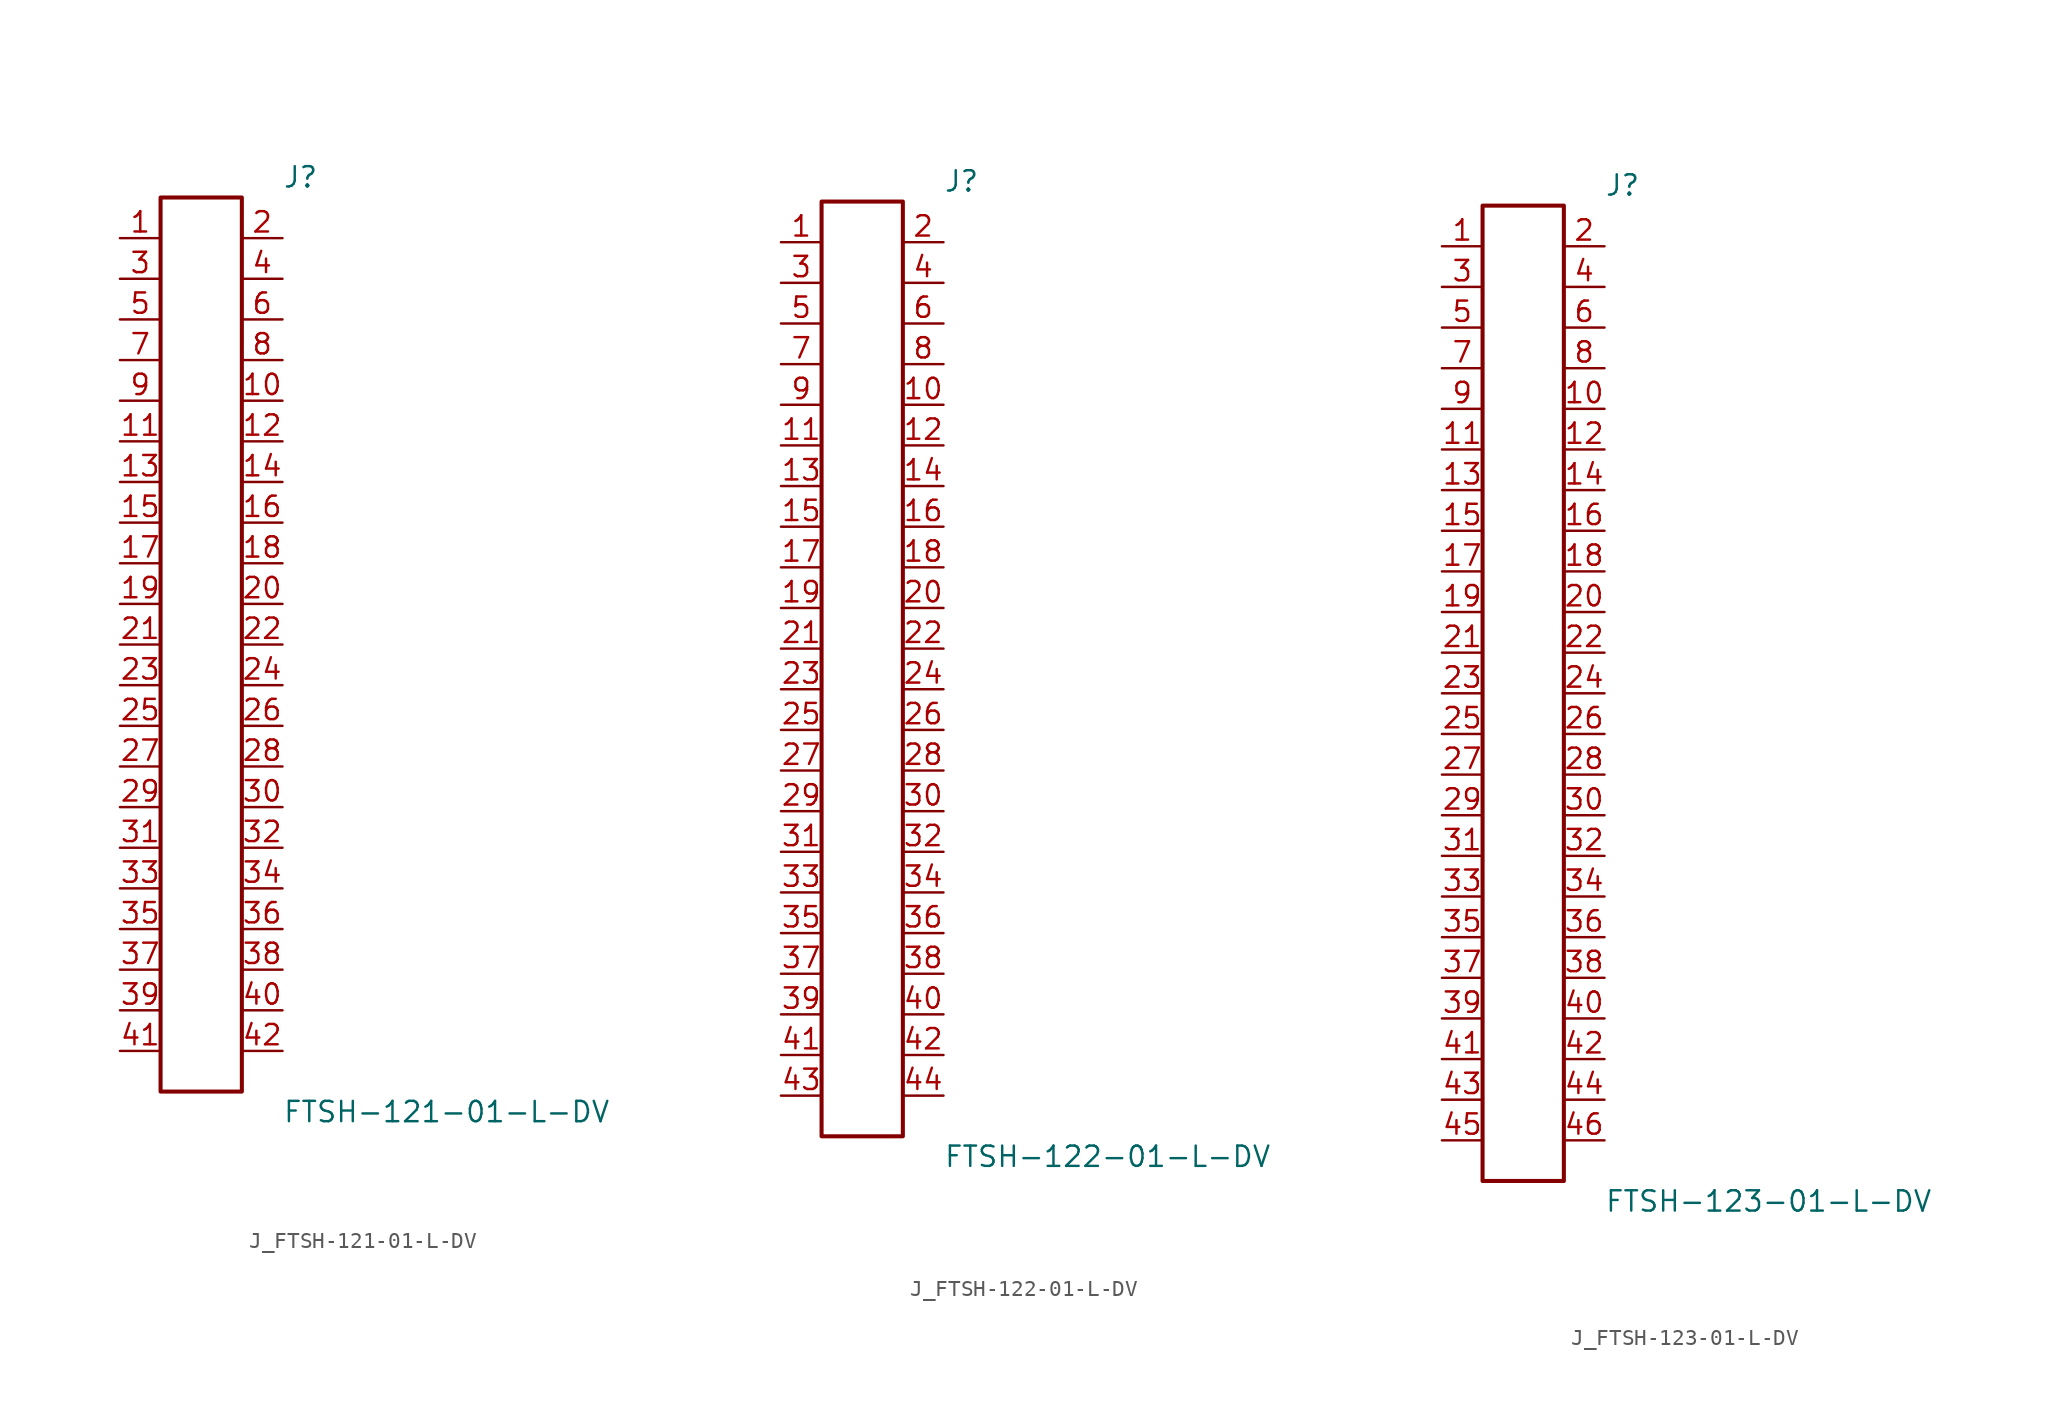
<source format=kicad_sym>
(kicad_symbol_lib
  (version 20231120)
  (generator kicad_symbol_editor)
  (generator_version 8.0)
  (symbol "J_FTSH-121-01-L-DV"
    (pin_names
      (offset 0.254))
    (property "Reference" "J"
      (at 5.08 29.21 0)
      (effects (font (size 1.27 1.27)) (justify left)))
    (property "Value" "FTSH-121-01-L-DV"
      (at 5.08 -29.21 0)
      (effects (font (size 1.27 1.27)) (justify left)))
    (symbol "J_FTSH-121-01-L-DV_0_0"
      (pin passive line (at -5.08 25.4 0) (length 2.54) (name "" (effects (font (size 1.27 1.27)))) (number "1" (effects (font (size 1.27 1.27)))))
      (pin passive line (at 5.08 25.4 180) (length 2.54) (name "" (effects (font (size 1.27 1.27)))) (number "2" (effects (font (size 1.27 1.27)))))
      (pin passive line (at -5.08 22.86 0) (length 2.54) (name "" (effects (font (size 1.27 1.27)))) (number "3" (effects (font (size 1.27 1.27)))))
      (pin passive line (at 5.08 22.86 180) (length 2.54) (name "" (effects (font (size 1.27 1.27)))) (number "4" (effects (font (size 1.27 1.27)))))
      (pin passive line (at -5.08 20.32 0) (length 2.54) (name "" (effects (font (size 1.27 1.27)))) (number "5" (effects (font (size 1.27 1.27)))))
      (pin passive line (at 5.08 20.32 180) (length 2.54) (name "" (effects (font (size 1.27 1.27)))) (number "6" (effects (font (size 1.27 1.27)))))
      (pin passive line (at -5.08 17.78 0) (length 2.54) (name "" (effects (font (size 1.27 1.27)))) (number "7" (effects (font (size 1.27 1.27)))))
      (pin passive line (at 5.08 17.78 180) (length 2.54) (name "" (effects (font (size 1.27 1.27)))) (number "8" (effects (font (size 1.27 1.27)))))
      (pin passive line (at -5.08 15.24 0) (length 2.54) (name "" (effects (font (size 1.27 1.27)))) (number "9" (effects (font (size 1.27 1.27)))))
      (pin passive line (at 5.08 15.24 180) (length 2.54) (name "" (effects (font (size 1.27 1.27)))) (number "10" (effects (font (size 1.27 1.27)))))
      (pin passive line (at -5.08 12.7 0) (length 2.54) (name "" (effects (font (size 1.27 1.27)))) (number "11" (effects (font (size 1.27 1.27)))))
      (pin passive line (at 5.08 12.7 180) (length 2.54) (name "" (effects (font (size 1.27 1.27)))) (number "12" (effects (font (size 1.27 1.27)))))
      (pin passive line (at -5.08 10.16 0) (length 2.54) (name "" (effects (font (size 1.27 1.27)))) (number "13" (effects (font (size 1.27 1.27)))))
      (pin passive line (at 5.08 10.16 180) (length 2.54) (name "" (effects (font (size 1.27 1.27)))) (number "14" (effects (font (size 1.27 1.27)))))
      (pin passive line (at -5.08 7.62 0) (length 2.54) (name "" (effects (font (size 1.27 1.27)))) (number "15" (effects (font (size 1.27 1.27)))))
      (pin passive line (at 5.08 7.62 180) (length 2.54) (name "" (effects (font (size 1.27 1.27)))) (number "16" (effects (font (size 1.27 1.27)))))
      (pin passive line (at -5.08 5.08 0) (length 2.54) (name "" (effects (font (size 1.27 1.27)))) (number "17" (effects (font (size 1.27 1.27)))))
      (pin passive line (at 5.08 5.08 180) (length 2.54) (name "" (effects (font (size 1.27 1.27)))) (number "18" (effects (font (size 1.27 1.27)))))
      (pin passive line (at -5.08 2.54 0) (length 2.54) (name "" (effects (font (size 1.27 1.27)))) (number "19" (effects (font (size 1.27 1.27)))))
      (pin passive line (at 5.08 2.54 180) (length 2.54) (name "" (effects (font (size 1.27 1.27)))) (number "20" (effects (font (size 1.27 1.27)))))
      (pin passive line (at -5.08 0.0 0) (length 2.54) (name "" (effects (font (size 1.27 1.27)))) (number "21" (effects (font (size 1.27 1.27)))))
      (pin passive line (at 5.08 0.0 180) (length 2.54) (name "" (effects (font (size 1.27 1.27)))) (number "22" (effects (font (size 1.27 1.27)))))
      (pin passive line (at -5.08 -2.54 0) (length 2.54) (name "" (effects (font (size 1.27 1.27)))) (number "23" (effects (font (size 1.27 1.27)))))
      (pin passive line (at 5.08 -2.54 180) (length 2.54) (name "" (effects (font (size 1.27 1.27)))) (number "24" (effects (font (size 1.27 1.27)))))
      (pin passive line (at -5.08 -5.08 0) (length 2.54) (name "" (effects (font (size 1.27 1.27)))) (number "25" (effects (font (size 1.27 1.27)))))
      (pin passive line (at 5.08 -5.08 180) (length 2.54) (name "" (effects (font (size 1.27 1.27)))) (number "26" (effects (font (size 1.27 1.27)))))
      (pin passive line (at -5.08 -7.62 0) (length 2.54) (name "" (effects (font (size 1.27 1.27)))) (number "27" (effects (font (size 1.27 1.27)))))
      (pin passive line (at 5.08 -7.62 180) (length 2.54) (name "" (effects (font (size 1.27 1.27)))) (number "28" (effects (font (size 1.27 1.27)))))
      (pin passive line (at -5.08 -10.16 0) (length 2.54) (name "" (effects (font (size 1.27 1.27)))) (number "29" (effects (font (size 1.27 1.27)))))
      (pin passive line (at 5.08 -10.16 180) (length 2.54) (name "" (effects (font (size 1.27 1.27)))) (number "30" (effects (font (size 1.27 1.27)))))
      (pin passive line (at -5.08 -12.7 0) (length 2.54) (name "" (effects (font (size 1.27 1.27)))) (number "31" (effects (font (size 1.27 1.27)))))
      (pin passive line (at 5.08 -12.7 180) (length 2.54) (name "" (effects (font (size 1.27 1.27)))) (number "32" (effects (font (size 1.27 1.27)))))
      (pin passive line (at -5.08 -15.24 0) (length 2.54) (name "" (effects (font (size 1.27 1.27)))) (number "33" (effects (font (size 1.27 1.27)))))
      (pin passive line (at 5.08 -15.24 180) (length 2.54) (name "" (effects (font (size 1.27 1.27)))) (number "34" (effects (font (size 1.27 1.27)))))
      (pin passive line (at -5.08 -17.78 0) (length 2.54) (name "" (effects (font (size 1.27 1.27)))) (number "35" (effects (font (size 1.27 1.27)))))
      (pin passive line (at 5.08 -17.78 180) (length 2.54) (name "" (effects (font (size 1.27 1.27)))) (number "36" (effects (font (size 1.27 1.27)))))
      (pin passive line (at -5.08 -20.32 0) (length 2.54) (name "" (effects (font (size 1.27 1.27)))) (number "37" (effects (font (size 1.27 1.27)))))
      (pin passive line (at 5.08 -20.32 180) (length 2.54) (name "" (effects (font (size 1.27 1.27)))) (number "38" (effects (font (size 1.27 1.27)))))
      (pin passive line (at -5.08 -22.86 0) (length 2.54) (name "" (effects (font (size 1.27 1.27)))) (number "39" (effects (font (size 1.27 1.27)))))
      (pin passive line (at 5.08 -22.86 180) (length 2.54) (name "" (effects (font (size 1.27 1.27)))) (number "40" (effects (font (size 1.27 1.27)))))
      (pin passive line (at -5.08 -25.4 0) (length 2.54) (name "" (effects (font (size 1.27 1.27)))) (number "41" (effects (font (size 1.27 1.27)))))
      (pin passive line (at 5.08 -25.4 180) (length 2.54) (name "" (effects (font (size 1.27 1.27)))) (number "42" (effects (font (size 1.27 1.27))))))
    (symbol "J_FTSH-121-01-L-DV_1_0"
      (rectangle (start -2.54 27.94) (end 2.54 -27.94) (stroke (width 0.254) (type solid)) (fill (type none)))))
  (symbol "J_FTSH-122-01-L-DV"
    (pin_names
      (offset 0.254))
    (property "Reference" "J"
      (at 5.08 30.48 0)
      (effects (font (size 1.27 1.27)) (justify left)))
    (property "Value" "FTSH-122-01-L-DV"
      (at 5.08 -30.48 0)
      (effects (font (size 1.27 1.27)) (justify left)))
    (symbol "J_FTSH-122-01-L-DV_0_0"
      (pin passive line (at -5.08 26.67 0) (length 2.54) (name "" (effects (font (size 1.27 1.27)))) (number "1" (effects (font (size 1.27 1.27)))))
      (pin passive line (at 5.08 26.67 180) (length 2.54) (name "" (effects (font (size 1.27 1.27)))) (number "2" (effects (font (size 1.27 1.27)))))
      (pin passive line (at -5.08 24.13 0) (length 2.54) (name "" (effects (font (size 1.27 1.27)))) (number "3" (effects (font (size 1.27 1.27)))))
      (pin passive line (at 5.08 24.13 180) (length 2.54) (name "" (effects (font (size 1.27 1.27)))) (number "4" (effects (font (size 1.27 1.27)))))
      (pin passive line (at -5.08 21.59 0) (length 2.54) (name "" (effects (font (size 1.27 1.27)))) (number "5" (effects (font (size 1.27 1.27)))))
      (pin passive line (at 5.08 21.59 180) (length 2.54) (name "" (effects (font (size 1.27 1.27)))) (number "6" (effects (font (size 1.27 1.27)))))
      (pin passive line (at -5.08 19.05 0) (length 2.54) (name "" (effects (font (size 1.27 1.27)))) (number "7" (effects (font (size 1.27 1.27)))))
      (pin passive line (at 5.08 19.05 180) (length 2.54) (name "" (effects (font (size 1.27 1.27)))) (number "8" (effects (font (size 1.27 1.27)))))
      (pin passive line (at -5.08 16.51 0) (length 2.54) (name "" (effects (font (size 1.27 1.27)))) (number "9" (effects (font (size 1.27 1.27)))))
      (pin passive line (at 5.08 16.51 180) (length 2.54) (name "" (effects (font (size 1.27 1.27)))) (number "10" (effects (font (size 1.27 1.27)))))
      (pin passive line (at -5.08 13.97 0) (length 2.54) (name "" (effects (font (size 1.27 1.27)))) (number "11" (effects (font (size 1.27 1.27)))))
      (pin passive line (at 5.08 13.97 180) (length 2.54) (name "" (effects (font (size 1.27 1.27)))) (number "12" (effects (font (size 1.27 1.27)))))
      (pin passive line (at -5.08 11.43 0) (length 2.54) (name "" (effects (font (size 1.27 1.27)))) (number "13" (effects (font (size 1.27 1.27)))))
      (pin passive line (at 5.08 11.43 180) (length 2.54) (name "" (effects (font (size 1.27 1.27)))) (number "14" (effects (font (size 1.27 1.27)))))
      (pin passive line (at -5.08 8.89 0) (length 2.54) (name "" (effects (font (size 1.27 1.27)))) (number "15" (effects (font (size 1.27 1.27)))))
      (pin passive line (at 5.08 8.89 180) (length 2.54) (name "" (effects (font (size 1.27 1.27)))) (number "16" (effects (font (size 1.27 1.27)))))
      (pin passive line (at -5.08 6.35 0) (length 2.54) (name "" (effects (font (size 1.27 1.27)))) (number "17" (effects (font (size 1.27 1.27)))))
      (pin passive line (at 5.08 6.35 180) (length 2.54) (name "" (effects (font (size 1.27 1.27)))) (number "18" (effects (font (size 1.27 1.27)))))
      (pin passive line (at -5.08 3.81 0) (length 2.54) (name "" (effects (font (size 1.27 1.27)))) (number "19" (effects (font (size 1.27 1.27)))))
      (pin passive line (at 5.08 3.81 180) (length 2.54) (name "" (effects (font (size 1.27 1.27)))) (number "20" (effects (font (size 1.27 1.27)))))
      (pin passive line (at -5.08 1.27 0) (length 2.54) (name "" (effects (font (size 1.27 1.27)))) (number "21" (effects (font (size 1.27 1.27)))))
      (pin passive line (at 5.08 1.27 180) (length 2.54) (name "" (effects (font (size 1.27 1.27)))) (number "22" (effects (font (size 1.27 1.27)))))
      (pin passive line (at -5.08 -1.27 0) (length 2.54) (name "" (effects (font (size 1.27 1.27)))) (number "23" (effects (font (size 1.27 1.27)))))
      (pin passive line (at 5.08 -1.27 180) (length 2.54) (name "" (effects (font (size 1.27 1.27)))) (number "24" (effects (font (size 1.27 1.27)))))
      (pin passive line (at -5.08 -3.81 0) (length 2.54) (name "" (effects (font (size 1.27 1.27)))) (number "25" (effects (font (size 1.27 1.27)))))
      (pin passive line (at 5.08 -3.81 180) (length 2.54) (name "" (effects (font (size 1.27 1.27)))) (number "26" (effects (font (size 1.27 1.27)))))
      (pin passive line (at -5.08 -6.35 0) (length 2.54) (name "" (effects (font (size 1.27 1.27)))) (number "27" (effects (font (size 1.27 1.27)))))
      (pin passive line (at 5.08 -6.35 180) (length 2.54) (name "" (effects (font (size 1.27 1.27)))) (number "28" (effects (font (size 1.27 1.27)))))
      (pin passive line (at -5.08 -8.89 0) (length 2.54) (name "" (effects (font (size 1.27 1.27)))) (number "29" (effects (font (size 1.27 1.27)))))
      (pin passive line (at 5.08 -8.89 180) (length 2.54) (name "" (effects (font (size 1.27 1.27)))) (number "30" (effects (font (size 1.27 1.27)))))
      (pin passive line (at -5.08 -11.43 0) (length 2.54) (name "" (effects (font (size 1.27 1.27)))) (number "31" (effects (font (size 1.27 1.27)))))
      (pin passive line (at 5.08 -11.43 180) (length 2.54) (name "" (effects (font (size 1.27 1.27)))) (number "32" (effects (font (size 1.27 1.27)))))
      (pin passive line (at -5.08 -13.97 0) (length 2.54) (name "" (effects (font (size 1.27 1.27)))) (number "33" (effects (font (size 1.27 1.27)))))
      (pin passive line (at 5.08 -13.97 180) (length 2.54) (name "" (effects (font (size 1.27 1.27)))) (number "34" (effects (font (size 1.27 1.27)))))
      (pin passive line (at -5.08 -16.51 0) (length 2.54) (name "" (effects (font (size 1.27 1.27)))) (number "35" (effects (font (size 1.27 1.27)))))
      (pin passive line (at 5.08 -16.51 180) (length 2.54) (name "" (effects (font (size 1.27 1.27)))) (number "36" (effects (font (size 1.27 1.27)))))
      (pin passive line (at -5.08 -19.05 0) (length 2.54) (name "" (effects (font (size 1.27 1.27)))) (number "37" (effects (font (size 1.27 1.27)))))
      (pin passive line (at 5.08 -19.05 180) (length 2.54) (name "" (effects (font (size 1.27 1.27)))) (number "38" (effects (font (size 1.27 1.27)))))
      (pin passive line (at -5.08 -21.59 0) (length 2.54) (name "" (effects (font (size 1.27 1.27)))) (number "39" (effects (font (size 1.27 1.27)))))
      (pin passive line (at 5.08 -21.59 180) (length 2.54) (name "" (effects (font (size 1.27 1.27)))) (number "40" (effects (font (size 1.27 1.27)))))
      (pin passive line (at -5.08 -24.13 0) (length 2.54) (name "" (effects (font (size 1.27 1.27)))) (number "41" (effects (font (size 1.27 1.27)))))
      (pin passive line (at 5.08 -24.13 180) (length 2.54) (name "" (effects (font (size 1.27 1.27)))) (number "42" (effects (font (size 1.27 1.27)))))
      (pin passive line (at -5.08 -26.67 0) (length 2.54) (name "" (effects (font (size 1.27 1.27)))) (number "43" (effects (font (size 1.27 1.27)))))
      (pin passive line (at 5.08 -26.67 180) (length 2.54) (name "" (effects (font (size 1.27 1.27)))) (number "44" (effects (font (size 1.27 1.27))))))
    (symbol "J_FTSH-122-01-L-DV_1_0"
      (rectangle (start -2.54 29.21) (end 2.54 -29.21) (stroke (width 0.254) (type solid)) (fill (type none)))))
  (symbol "J_FTSH-123-01-L-DV"
    (pin_names
      (offset 0.254))
    (property "Reference" "J"
      (at 5.08 31.75 0)
      (effects (font (size 1.27 1.27)) (justify left)))
    (property "Value" "FTSH-123-01-L-DV"
      (at 5.08 -31.75 0)
      (effects (font (size 1.27 1.27)) (justify left)))
    (symbol "J_FTSH-123-01-L-DV_0_0"
      (pin passive line (at -5.08 27.94 0) (length 2.54) (name "" (effects (font (size 1.27 1.27)))) (number "1" (effects (font (size 1.27 1.27)))))
      (pin passive line (at 5.08 27.94 180) (length 2.54) (name "" (effects (font (size 1.27 1.27)))) (number "2" (effects (font (size 1.27 1.27)))))
      (pin passive line (at -5.08 25.4 0) (length 2.54) (name "" (effects (font (size 1.27 1.27)))) (number "3" (effects (font (size 1.27 1.27)))))
      (pin passive line (at 5.08 25.4 180) (length 2.54) (name "" (effects (font (size 1.27 1.27)))) (number "4" (effects (font (size 1.27 1.27)))))
      (pin passive line (at -5.08 22.86 0) (length 2.54) (name "" (effects (font (size 1.27 1.27)))) (number "5" (effects (font (size 1.27 1.27)))))
      (pin passive line (at 5.08 22.86 180) (length 2.54) (name "" (effects (font (size 1.27 1.27)))) (number "6" (effects (font (size 1.27 1.27)))))
      (pin passive line (at -5.08 20.32 0) (length 2.54) (name "" (effects (font (size 1.27 1.27)))) (number "7" (effects (font (size 1.27 1.27)))))
      (pin passive line (at 5.08 20.32 180) (length 2.54) (name "" (effects (font (size 1.27 1.27)))) (number "8" (effects (font (size 1.27 1.27)))))
      (pin passive line (at -5.08 17.78 0) (length 2.54) (name "" (effects (font (size 1.27 1.27)))) (number "9" (effects (font (size 1.27 1.27)))))
      (pin passive line (at 5.08 17.78 180) (length 2.54) (name "" (effects (font (size 1.27 1.27)))) (number "10" (effects (font (size 1.27 1.27)))))
      (pin passive line (at -5.08 15.24 0) (length 2.54) (name "" (effects (font (size 1.27 1.27)))) (number "11" (effects (font (size 1.27 1.27)))))
      (pin passive line (at 5.08 15.24 180) (length 2.54) (name "" (effects (font (size 1.27 1.27)))) (number "12" (effects (font (size 1.27 1.27)))))
      (pin passive line (at -5.08 12.7 0) (length 2.54) (name "" (effects (font (size 1.27 1.27)))) (number "13" (effects (font (size 1.27 1.27)))))
      (pin passive line (at 5.08 12.7 180) (length 2.54) (name "" (effects (font (size 1.27 1.27)))) (number "14" (effects (font (size 1.27 1.27)))))
      (pin passive line (at -5.08 10.16 0) (length 2.54) (name "" (effects (font (size 1.27 1.27)))) (number "15" (effects (font (size 1.27 1.27)))))
      (pin passive line (at 5.08 10.16 180) (length 2.54) (name "" (effects (font (size 1.27 1.27)))) (number "16" (effects (font (size 1.27 1.27)))))
      (pin passive line (at -5.08 7.62 0) (length 2.54) (name "" (effects (font (size 1.27 1.27)))) (number "17" (effects (font (size 1.27 1.27)))))
      (pin passive line (at 5.08 7.62 180) (length 2.54) (name "" (effects (font (size 1.27 1.27)))) (number "18" (effects (font (size 1.27 1.27)))))
      (pin passive line (at -5.08 5.08 0) (length 2.54) (name "" (effects (font (size 1.27 1.27)))) (number "19" (effects (font (size 1.27 1.27)))))
      (pin passive line (at 5.08 5.08 180) (length 2.54) (name "" (effects (font (size 1.27 1.27)))) (number "20" (effects (font (size 1.27 1.27)))))
      (pin passive line (at -5.08 2.54 0) (length 2.54) (name "" (effects (font (size 1.27 1.27)))) (number "21" (effects (font (size 1.27 1.27)))))
      (pin passive line (at 5.08 2.54 180) (length 2.54) (name "" (effects (font (size 1.27 1.27)))) (number "22" (effects (font (size 1.27 1.27)))))
      (pin passive line (at -5.08 0.0 0) (length 2.54) (name "" (effects (font (size 1.27 1.27)))) (number "23" (effects (font (size 1.27 1.27)))))
      (pin passive line (at 5.08 0.0 180) (length 2.54) (name "" (effects (font (size 1.27 1.27)))) (number "24" (effects (font (size 1.27 1.27)))))
      (pin passive line (at -5.08 -2.54 0) (length 2.54) (name "" (effects (font (size 1.27 1.27)))) (number "25" (effects (font (size 1.27 1.27)))))
      (pin passive line (at 5.08 -2.54 180) (length 2.54) (name "" (effects (font (size 1.27 1.27)))) (number "26" (effects (font (size 1.27 1.27)))))
      (pin passive line (at -5.08 -5.08 0) (length 2.54) (name "" (effects (font (size 1.27 1.27)))) (number "27" (effects (font (size 1.27 1.27)))))
      (pin passive line (at 5.08 -5.08 180) (length 2.54) (name "" (effects (font (size 1.27 1.27)))) (number "28" (effects (font (size 1.27 1.27)))))
      (pin passive line (at -5.08 -7.62 0) (length 2.54) (name "" (effects (font (size 1.27 1.27)))) (number "29" (effects (font (size 1.27 1.27)))))
      (pin passive line (at 5.08 -7.62 180) (length 2.54) (name "" (effects (font (size 1.27 1.27)))) (number "30" (effects (font (size 1.27 1.27)))))
      (pin passive line (at -5.08 -10.16 0) (length 2.54) (name "" (effects (font (size 1.27 1.27)))) (number "31" (effects (font (size 1.27 1.27)))))
      (pin passive line (at 5.08 -10.16 180) (length 2.54) (name "" (effects (font (size 1.27 1.27)))) (number "32" (effects (font (size 1.27 1.27)))))
      (pin passive line (at -5.08 -12.7 0) (length 2.54) (name "" (effects (font (size 1.27 1.27)))) (number "33" (effects (font (size 1.27 1.27)))))
      (pin passive line (at 5.08 -12.7 180) (length 2.54) (name "" (effects (font (size 1.27 1.27)))) (number "34" (effects (font (size 1.27 1.27)))))
      (pin passive line (at -5.08 -15.24 0) (length 2.54) (name "" (effects (font (size 1.27 1.27)))) (number "35" (effects (font (size 1.27 1.27)))))
      (pin passive line (at 5.08 -15.24 180) (length 2.54) (name "" (effects (font (size 1.27 1.27)))) (number "36" (effects (font (size 1.27 1.27)))))
      (pin passive line (at -5.08 -17.78 0) (length 2.54) (name "" (effects (font (size 1.27 1.27)))) (number "37" (effects (font (size 1.27 1.27)))))
      (pin passive line (at 5.08 -17.78 180) (length 2.54) (name "" (effects (font (size 1.27 1.27)))) (number "38" (effects (font (size 1.27 1.27)))))
      (pin passive line (at -5.08 -20.32 0) (length 2.54) (name "" (effects (font (size 1.27 1.27)))) (number "39" (effects (font (size 1.27 1.27)))))
      (pin passive line (at 5.08 -20.32 180) (length 2.54) (name "" (effects (font (size 1.27 1.27)))) (number "40" (effects (font (size 1.27 1.27)))))
      (pin passive line (at -5.08 -22.86 0) (length 2.54) (name "" (effects (font (size 1.27 1.27)))) (number "41" (effects (font (size 1.27 1.27)))))
      (pin passive line (at 5.08 -22.86 180) (length 2.54) (name "" (effects (font (size 1.27 1.27)))) (number "42" (effects (font (size 1.27 1.27)))))
      (pin passive line (at -5.08 -25.4 0) (length 2.54) (name "" (effects (font (size 1.27 1.27)))) (number "43" (effects (font (size 1.27 1.27)))))
      (pin passive line (at 5.08 -25.4 180) (length 2.54) (name "" (effects (font (size 1.27 1.27)))) (number "44" (effects (font (size 1.27 1.27)))))
      (pin passive line (at -5.08 -27.94 0) (length 2.54) (name "" (effects (font (size 1.27 1.27)))) (number "45" (effects (font (size 1.27 1.27)))))
      (pin passive line (at 5.08 -27.94 180) (length 2.54) (name "" (effects (font (size 1.27 1.27)))) (number "46" (effects (font (size 1.27 1.27))))))
    (symbol "J_FTSH-123-01-L-DV_1_0"
      (rectangle (start -2.54 30.48) (end 2.54 -30.48) (stroke (width 0.254) (type solid)) (fill (type none))))))
</source>
